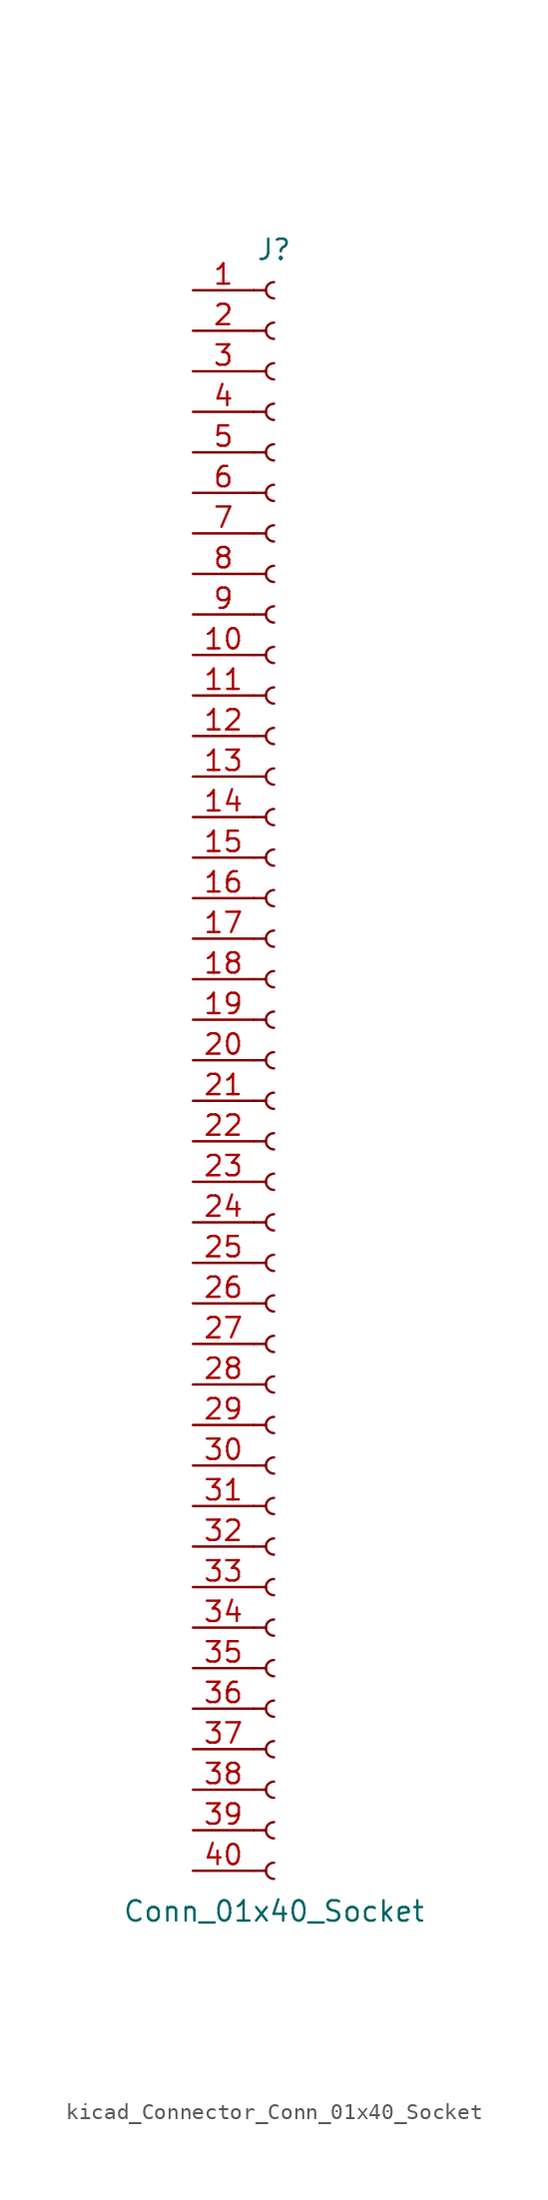
<source format=kicad_sym>
(kicad_symbol_lib
  (version 20220914)
  (generator kicad_symbol_editor)
  (symbol "kicad_Connector_Conn_01x40_Socket"
    (pin_names
      (offset 1.016) hide)
    (property "Reference" "J"
      (at 0 50.8 0)
      (effects (font (size 1.27 1.27))))
    (property "Value" "Conn_01x40_Socket"
      (at 0 -53.34 0)
      (effects (font (size 1.27 1.27))))
    (property "ki_locked" ""
      (at 0 0 0)
      (effects (font (size 1.27 1.27))))
    (symbol "kicad_Connector_Conn_01x40_Socket_1_1"
      (arc (start 0 -50.292) (mid -0.5058 -50.8) (end 0 -51.308) (stroke (width 0.1524) (type default)) (fill (type none)))
      (arc (start 0 -47.752) (mid -0.5058 -48.26) (end 0 -48.768) (stroke (width 0.1524) (type default)) (fill (type none)))
      (arc (start 0 -45.212) (mid -0.5058 -45.72) (end 0 -46.228) (stroke (width 0.1524) (type default)) (fill (type none)))
      (arc (start 0 -42.672) (mid -0.5058 -43.18) (end 0 -43.688) (stroke (width 0.1524) (type default)) (fill (type none)))
      (arc (start 0 -40.132) (mid -0.5058 -40.64) (end 0 -41.148) (stroke (width 0.1524) (type default)) (fill (type none)))
      (arc (start 0 -37.592) (mid -0.5058 -38.1) (end 0 -38.608) (stroke (width 0.1524) (type default)) (fill (type none)))
      (arc (start 0 -35.052) (mid -0.5058 -35.56) (end 0 -36.068) (stroke (width 0.1524) (type default)) (fill (type none)))
      (arc (start 0 -32.512) (mid -0.5058 -33.02) (end 0 -33.528) (stroke (width 0.1524) (type default)) (fill (type none)))
      (arc (start 0 -29.972) (mid -0.5058 -30.48) (end 0 -30.988) (stroke (width 0.1524) (type default)) (fill (type none)))
      (arc (start 0 -27.432) (mid -0.5058 -27.94) (end 0 -28.448) (stroke (width 0.1524) (type default)) (fill (type none)))
      (arc (start 0 -24.892) (mid -0.5058 -25.4) (end 0 -25.908) (stroke (width 0.1524) (type default)) (fill (type none)))
      (arc (start 0 -22.352) (mid -0.5058 -22.86) (end 0 -23.368) (stroke (width 0.1524) (type default)) (fill (type none)))
      (arc (start 0 -19.812) (mid -0.5058 -20.32) (end 0 -20.828) (stroke (width 0.1524) (type default)) (fill (type none)))
      (arc (start 0 -17.272) (mid -0.5058 -17.78) (end 0 -18.288) (stroke (width 0.1524) (type default)) (fill (type none)))
      (arc (start 0 -14.732) (mid -0.5058 -15.24) (end 0 -15.748) (stroke (width 0.1524) (type default)) (fill (type none)))
      (arc (start 0 -12.192) (mid -0.5058 -12.7) (end 0 -13.208) (stroke (width 0.1524) (type default)) (fill (type none)))
      (arc (start 0 -9.652) (mid -0.5058 -10.16) (end 0 -10.668) (stroke (width 0.1524) (type default)) (fill (type none)))
      (arc (start 0 -7.112) (mid -0.5058 -7.62) (end 0 -8.128) (stroke (width 0.1524) (type default)) (fill (type none)))
      (arc (start 0 -4.572) (mid -0.5058 -5.08) (end 0 -5.588) (stroke (width 0.1524) (type default)) (fill (type none)))
      (arc (start 0 -2.032) (mid -0.5058 -2.54) (end 0 -3.048) (stroke (width 0.1524) (type default)) (fill (type none)))
      (polyline (pts (xy -1.27 -50.8) (xy -0.508 -50.8)) (stroke (width 0.152) (type default)) (fill (type none)))
      (polyline (pts (xy -1.27 -48.26) (xy -0.508 -48.26)) (stroke (width 0.152) (type default)) (fill (type none)))
      (polyline (pts (xy -1.27 -45.72) (xy -0.508 -45.72)) (stroke (width 0.152) (type default)) (fill (type none)))
      (polyline (pts (xy -1.27 -43.18) (xy -0.508 -43.18)) (stroke (width 0.152) (type default)) (fill (type none)))
      (polyline (pts (xy -1.27 -40.64) (xy -0.508 -40.64)) (stroke (width 0.152) (type default)) (fill (type none)))
      (polyline (pts (xy -1.27 -38.1) (xy -0.508 -38.1)) (stroke (width 0.152) (type default)) (fill (type none)))
      (polyline (pts (xy -1.27 -35.56) (xy -0.508 -35.56)) (stroke (width 0.152) (type default)) (fill (type none)))
      (polyline (pts (xy -1.27 -33.02) (xy -0.508 -33.02)) (stroke (width 0.152) (type default)) (fill (type none)))
      (polyline (pts (xy -1.27 -30.48) (xy -0.508 -30.48)) (stroke (width 0.152) (type default)) (fill (type none)))
      (polyline (pts (xy -1.27 -27.94) (xy -0.508 -27.94)) (stroke (width 0.152) (type default)) (fill (type none)))
      (polyline (pts (xy -1.27 -25.4) (xy -0.508 -25.4)) (stroke (width 0.152) (type default)) (fill (type none)))
      (polyline (pts (xy -1.27 -22.86) (xy -0.508 -22.86)) (stroke (width 0.152) (type default)) (fill (type none)))
      (polyline (pts (xy -1.27 -20.32) (xy -0.508 -20.32)) (stroke (width 0.152) (type default)) (fill (type none)))
      (polyline (pts (xy -1.27 -17.78) (xy -0.508 -17.78)) (stroke (width 0.152) (type default)) (fill (type none)))
      (polyline (pts (xy -1.27 -15.24) (xy -0.508 -15.24)) (stroke (width 0.152) (type default)) (fill (type none)))
      (polyline (pts (xy -1.27 -12.7) (xy -0.508 -12.7)) (stroke (width 0.152) (type default)) (fill (type none)))
      (polyline (pts (xy -1.27 -10.16) (xy -0.508 -10.16)) (stroke (width 0.152) (type default)) (fill (type none)))
      (polyline (pts (xy -1.27 -7.62) (xy -0.508 -7.62)) (stroke (width 0.152) (type default)) (fill (type none)))
      (polyline (pts (xy -1.27 -5.08) (xy -0.508 -5.08)) (stroke (width 0.152) (type default)) (fill (type none)))
      (polyline (pts (xy -1.27 -2.54) (xy -0.508 -2.54)) (stroke (width 0.152) (type default)) (fill (type none)))
      (polyline (pts (xy -1.27 0) (xy -0.508 0)) (stroke (width 0.152) (type default)) (fill (type none)))
      (polyline (pts (xy -1.27 2.54) (xy -0.508 2.54)) (stroke (width 0.152) (type default)) (fill (type none)))
      (polyline (pts (xy -1.27 5.08) (xy -0.508 5.08)) (stroke (width 0.152) (type default)) (fill (type none)))
      (polyline (pts (xy -1.27 7.62) (xy -0.508 7.62)) (stroke (width 0.152) (type default)) (fill (type none)))
      (polyline (pts (xy -1.27 10.16) (xy -0.508 10.16)) (stroke (width 0.152) (type default)) (fill (type none)))
      (polyline (pts (xy -1.27 12.7) (xy -0.508 12.7)) (stroke (width 0.152) (type default)) (fill (type none)))
      (polyline (pts (xy -1.27 15.24) (xy -0.508 15.24)) (stroke (width 0.152) (type default)) (fill (type none)))
      (polyline (pts (xy -1.27 17.78) (xy -0.508 17.78)) (stroke (width 0.152) (type default)) (fill (type none)))
      (polyline (pts (xy -1.27 20.32) (xy -0.508 20.32)) (stroke (width 0.152) (type default)) (fill (type none)))
      (polyline (pts (xy -1.27 22.86) (xy -0.508 22.86)) (stroke (width 0.152) (type default)) (fill (type none)))
      (polyline (pts (xy -1.27 25.4) (xy -0.508 25.4)) (stroke (width 0.152) (type default)) (fill (type none)))
      (polyline (pts (xy -1.27 27.94) (xy -0.508 27.94)) (stroke (width 0.152) (type default)) (fill (type none)))
      (polyline (pts (xy -1.27 30.48) (xy -0.508 30.48)) (stroke (width 0.152) (type default)) (fill (type none)))
      (polyline (pts (xy -1.27 33.02) (xy -0.508 33.02)) (stroke (width 0.152) (type default)) (fill (type none)))
      (polyline (pts (xy -1.27 35.56) (xy -0.508 35.56)) (stroke (width 0.152) (type default)) (fill (type none)))
      (polyline (pts (xy -1.27 38.1) (xy -0.508 38.1)) (stroke (width 0.152) (type default)) (fill (type none)))
      (polyline (pts (xy -1.27 40.64) (xy -0.508 40.64)) (stroke (width 0.152) (type default)) (fill (type none)))
      (polyline (pts (xy -1.27 43.18) (xy -0.508 43.18)) (stroke (width 0.152) (type default)) (fill (type none)))
      (polyline (pts (xy -1.27 45.72) (xy -0.508 45.72)) (stroke (width 0.152) (type default)) (fill (type none)))
      (polyline (pts (xy -1.27 48.26) (xy -0.508 48.26)) (stroke (width 0.152) (type default)) (fill (type none)))
      (arc (start 0 0.508) (mid -0.5058 0) (end 0 -0.508) (stroke (width 0.1524) (type default)) (fill (type none)))
      (arc (start 0 3.048) (mid -0.5058 2.54) (end 0 2.032) (stroke (width 0.1524) (type default)) (fill (type none)))
      (arc (start 0 5.588) (mid -0.5058 5.08) (end 0 4.572) (stroke (width 0.1524) (type default)) (fill (type none)))
      (arc (start 0 8.128) (mid -0.5058 7.62) (end 0 7.112) (stroke (width 0.1524) (type default)) (fill (type none)))
      (arc (start 0 10.668) (mid -0.5058 10.16) (end 0 9.652) (stroke (width 0.1524) (type default)) (fill (type none)))
      (arc (start 0 13.208) (mid -0.5058 12.7) (end 0 12.192) (stroke (width 0.1524) (type default)) (fill (type none)))
      (arc (start 0 15.748) (mid -0.5058 15.24) (end 0 14.732) (stroke (width 0.1524) (type default)) (fill (type none)))
      (arc (start 0 18.288) (mid -0.5058 17.78) (end 0 17.272) (stroke (width 0.1524) (type default)) (fill (type none)))
      (arc (start 0 20.828) (mid -0.5058 20.32) (end 0 19.812) (stroke (width 0.1524) (type default)) (fill (type none)))
      (arc (start 0 23.368) (mid -0.5058 22.86) (end 0 22.352) (stroke (width 0.1524) (type default)) (fill (type none)))
      (arc (start 0 25.908) (mid -0.5058 25.4) (end 0 24.892) (stroke (width 0.1524) (type default)) (fill (type none)))
      (arc (start 0 28.448) (mid -0.5058 27.94) (end 0 27.432) (stroke (width 0.1524) (type default)) (fill (type none)))
      (arc (start 0 30.988) (mid -0.5058 30.48) (end 0 29.972) (stroke (width 0.1524) (type default)) (fill (type none)))
      (arc (start 0 33.528) (mid -0.5058 33.02) (end 0 32.512) (stroke (width 0.1524) (type default)) (fill (type none)))
      (arc (start 0 36.068) (mid -0.5058 35.56) (end 0 35.052) (stroke (width 0.1524) (type default)) (fill (type none)))
      (arc (start 0 38.608) (mid -0.5058 38.1) (end 0 37.592) (stroke (width 0.1524) (type default)) (fill (type none)))
      (arc (start 0 41.148) (mid -0.5058 40.64) (end 0 40.132) (stroke (width 0.1524) (type default)) (fill (type none)))
      (arc (start 0 43.688) (mid -0.5058 43.18) (end 0 42.672) (stroke (width 0.1524) (type default)) (fill (type none)))
      (arc (start 0 46.228) (mid -0.5058 45.72) (end 0 45.212) (stroke (width 0.1524) (type default)) (fill (type none)))
      (arc (start 0 48.768) (mid -0.5058 48.26) (end 0 47.752) (stroke (width 0.1524) (type default)) (fill (type none)))
      (pin passive line (at -5.08 48.26 0) (length 3.81) (name "Pin_1" (effects (font (size 1.27 1.27)))) (number "1" (effects (font (size 1.27 1.27)))))
      (pin passive line (at -5.08 25.4 0) (length 3.81) (name "Pin_10" (effects (font (size 1.27 1.27)))) (number "10" (effects (font (size 1.27 1.27)))))
      (pin passive line (at -5.08 22.86 0) (length 3.81) (name "Pin_11" (effects (font (size 1.27 1.27)))) (number "11" (effects (font (size 1.27 1.27)))))
      (pin passive line (at -5.08 20.32 0) (length 3.81) (name "Pin_12" (effects (font (size 1.27 1.27)))) (number "12" (effects (font (size 1.27 1.27)))))
      (pin passive line (at -5.08 17.78 0) (length 3.81) (name "Pin_13" (effects (font (size 1.27 1.27)))) (number "13" (effects (font (size 1.27 1.27)))))
      (pin passive line (at -5.08 15.24 0) (length 3.81) (name "Pin_14" (effects (font (size 1.27 1.27)))) (number "14" (effects (font (size 1.27 1.27)))))
      (pin passive line (at -5.08 12.7 0) (length 3.81) (name "Pin_15" (effects (font (size 1.27 1.27)))) (number "15" (effects (font (size 1.27 1.27)))))
      (pin passive line (at -5.08 10.16 0) (length 3.81) (name "Pin_16" (effects (font (size 1.27 1.27)))) (number "16" (effects (font (size 1.27 1.27)))))
      (pin passive line (at -5.08 7.62 0) (length 3.81) (name "Pin_17" (effects (font (size 1.27 1.27)))) (number "17" (effects (font (size 1.27 1.27)))))
      (pin passive line (at -5.08 5.08 0) (length 3.81) (name "Pin_18" (effects (font (size 1.27 1.27)))) (number "18" (effects (font (size 1.27 1.27)))))
      (pin passive line (at -5.08 2.54 0) (length 3.81) (name "Pin_19" (effects (font (size 1.27 1.27)))) (number "19" (effects (font (size 1.27 1.27)))))
      (pin passive line (at -5.08 45.72 0) (length 3.81) (name "Pin_2" (effects (font (size 1.27 1.27)))) (number "2" (effects (font (size 1.27 1.27)))))
      (pin passive line (at -5.08 0 0) (length 3.81) (name "Pin_20" (effects (font (size 1.27 1.27)))) (number "20" (effects (font (size 1.27 1.27)))))
      (pin passive line (at -5.08 -2.54 0) (length 3.81) (name "Pin_21" (effects (font (size 1.27 1.27)))) (number "21" (effects (font (size 1.27 1.27)))))
      (pin passive line (at -5.08 -5.08 0) (length 3.81) (name "Pin_22" (effects (font (size 1.27 1.27)))) (number "22" (effects (font (size 1.27 1.27)))))
      (pin passive line (at -5.08 -7.62 0) (length 3.81) (name "Pin_23" (effects (font (size 1.27 1.27)))) (number "23" (effects (font (size 1.27 1.27)))))
      (pin passive line (at -5.08 -10.16 0) (length 3.81) (name "Pin_24" (effects (font (size 1.27 1.27)))) (number "24" (effects (font (size 1.27 1.27)))))
      (pin passive line (at -5.08 -12.7 0) (length 3.81) (name "Pin_25" (effects (font (size 1.27 1.27)))) (number "25" (effects (font (size 1.27 1.27)))))
      (pin passive line (at -5.08 -15.24 0) (length 3.81) (name "Pin_26" (effects (font (size 1.27 1.27)))) (number "26" (effects (font (size 1.27 1.27)))))
      (pin passive line (at -5.08 -17.78 0) (length 3.81) (name "Pin_27" (effects (font (size 1.27 1.27)))) (number "27" (effects (font (size 1.27 1.27)))))
      (pin passive line (at -5.08 -20.32 0) (length 3.81) (name "Pin_28" (effects (font (size 1.27 1.27)))) (number "28" (effects (font (size 1.27 1.27)))))
      (pin passive line (at -5.08 -22.86 0) (length 3.81) (name "Pin_29" (effects (font (size 1.27 1.27)))) (number "29" (effects (font (size 1.27 1.27)))))
      (pin passive line (at -5.08 43.18 0) (length 3.81) (name "Pin_3" (effects (font (size 1.27 1.27)))) (number "3" (effects (font (size 1.27 1.27)))))
      (pin passive line (at -5.08 -25.4 0) (length 3.81) (name "Pin_30" (effects (font (size 1.27 1.27)))) (number "30" (effects (font (size 1.27 1.27)))))
      (pin passive line (at -5.08 -27.94 0) (length 3.81) (name "Pin_31" (effects (font (size 1.27 1.27)))) (number "31" (effects (font (size 1.27 1.27)))))
      (pin passive line (at -5.08 -30.48 0) (length 3.81) (name "Pin_32" (effects (font (size 1.27 1.27)))) (number "32" (effects (font (size 1.27 1.27)))))
      (pin passive line (at -5.08 -33.02 0) (length 3.81) (name "Pin_33" (effects (font (size 1.27 1.27)))) (number "33" (effects (font (size 1.27 1.27)))))
      (pin passive line (at -5.08 -35.56 0) (length 3.81) (name "Pin_34" (effects (font (size 1.27 1.27)))) (number "34" (effects (font (size 1.27 1.27)))))
      (pin passive line (at -5.08 -38.1 0) (length 3.81) (name "Pin_35" (effects (font (size 1.27 1.27)))) (number "35" (effects (font (size 1.27 1.27)))))
      (pin passive line (at -5.08 -40.64 0) (length 3.81) (name "Pin_36" (effects (font (size 1.27 1.27)))) (number "36" (effects (font (size 1.27 1.27)))))
      (pin passive line (at -5.08 -43.18 0) (length 3.81) (name "Pin_37" (effects (font (size 1.27 1.27)))) (number "37" (effects (font (size 1.27 1.27)))))
      (pin passive line (at -5.08 -45.72 0) (length 3.81) (name "Pin_38" (effects (font (size 1.27 1.27)))) (number "38" (effects (font (size 1.27 1.27)))))
      (pin passive line (at -5.08 -48.26 0) (length 3.81) (name "Pin_39" (effects (font (size 1.27 1.27)))) (number "39" (effects (font (size 1.27 1.27)))))
      (pin passive line (at -5.08 40.64 0) (length 3.81) (name "Pin_4" (effects (font (size 1.27 1.27)))) (number "4" (effects (font (size 1.27 1.27)))))
      (pin passive line (at -5.08 -50.8 0) (length 3.81) (name "Pin_40" (effects (font (size 1.27 1.27)))) (number "40" (effects (font (size 1.27 1.27)))))
      (pin passive line (at -5.08 38.1 0) (length 3.81) (name "Pin_5" (effects (font (size 1.27 1.27)))) (number "5" (effects (font (size 1.27 1.27)))))
      (pin passive line (at -5.08 35.56 0) (length 3.81) (name "Pin_6" (effects (font (size 1.27 1.27)))) (number "6" (effects (font (size 1.27 1.27)))))
      (pin passive line (at -5.08 33.02 0) (length 3.81) (name "Pin_7" (effects (font (size 1.27 1.27)))) (number "7" (effects (font (size 1.27 1.27)))))
      (pin passive line (at -5.08 30.48 0) (length 3.81) (name "Pin_8" (effects (font (size 1.27 1.27)))) (number "8" (effects (font (size 1.27 1.27)))))
      (pin passive line (at -5.08 27.94 0) (length 3.81) (name "Pin_9" (effects (font (size 1.27 1.27)))) (number "9" (effects (font (size 1.27 1.27))))))))
</source>
